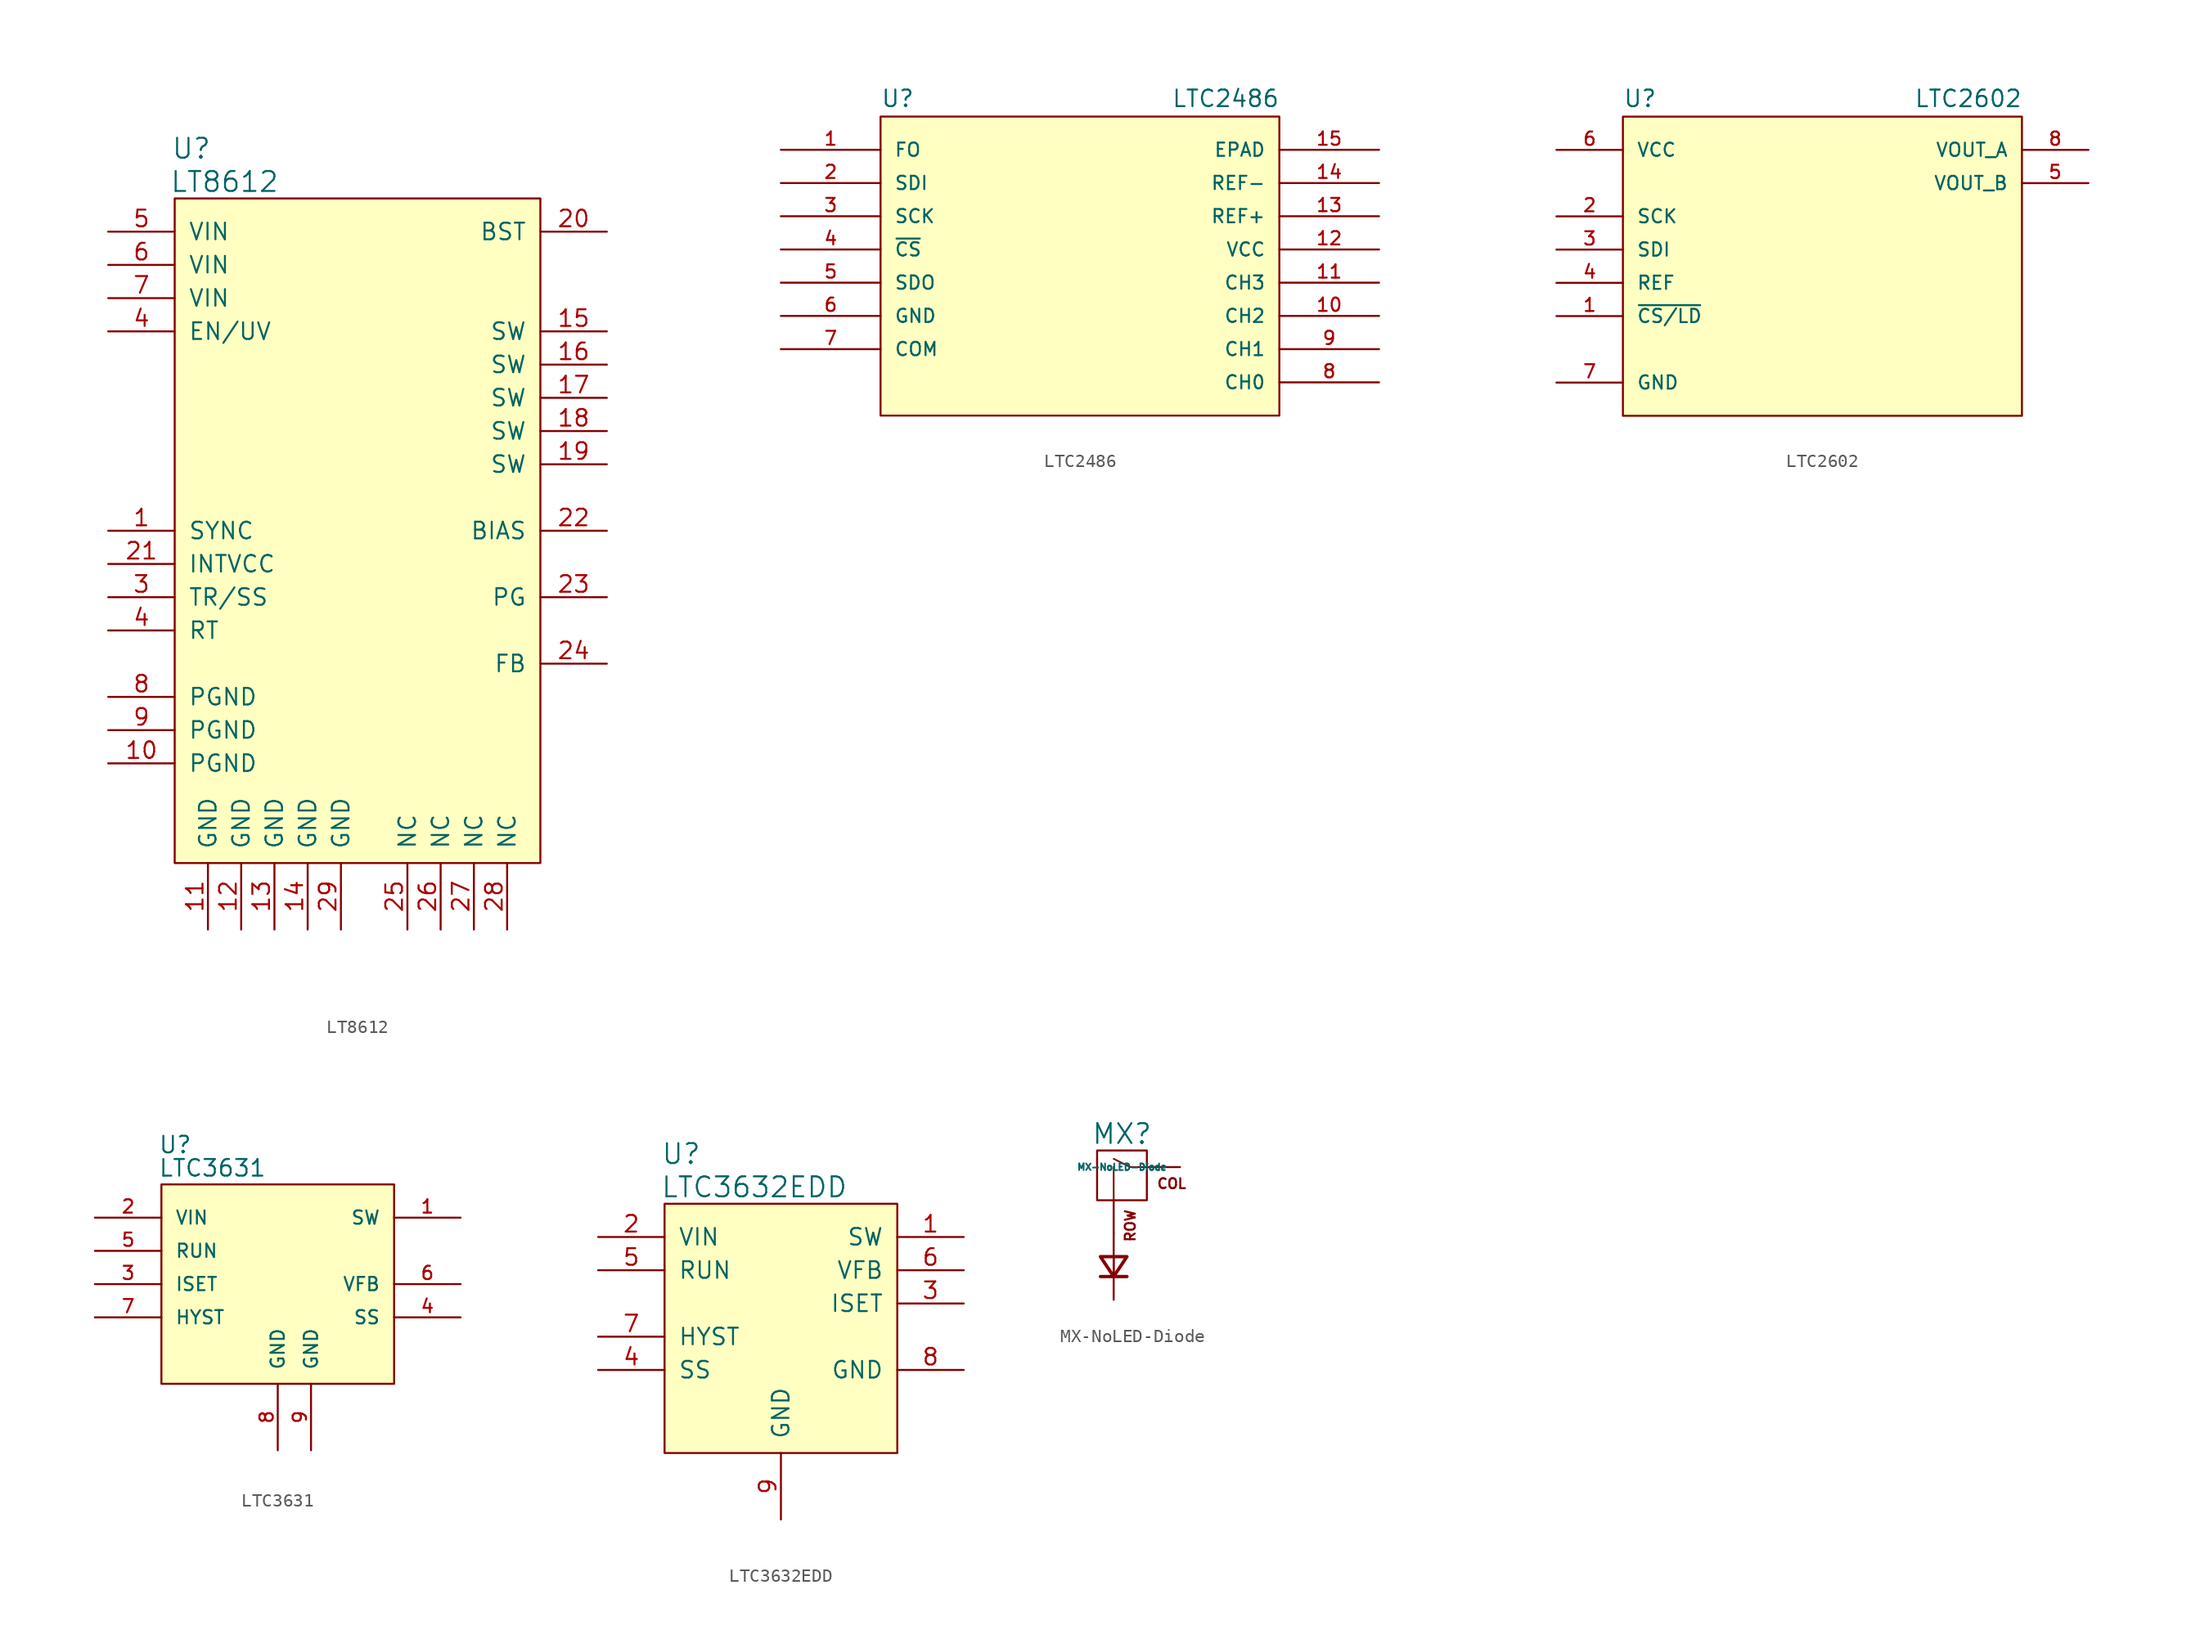
<source format=kicad_sym>
(kicad_symbol_lib
  (version 20211014)
  (generator kicad_symbol_editor)
  (symbol "LT8612"
    (pin_names
      (offset 1.016))
    (property "Reference" "U"
      (at -12.7 29.21 0)
      (effects (font (size 1.524 1.524))))
    (property "Value" "LT8612"
      (at -10.16 26.67 0)
      (effects (font (size 1.524 1.524))))
    (symbol "LT8612_0_1"
      (rectangle (start 13.97 -25.4) (end -13.97 25.4) (stroke (width 0) (type default) (color 0 0 0 0)) (fill (type background))))
    (symbol "LT8612_1_1"
      (pin unspecified line (at -19.05 0 0) (length 5.08) (name "SYNC" (effects (font (size 1.27 1.27)))) (number "1" (effects (font (size 1.27 1.27)))))
      (pin unspecified line (at -19.05 -17.78 0) (length 5.08) (name "PGND" (effects (font (size 1.27 1.27)))) (number "10" (effects (font (size 1.27 1.27)))))
      (pin unspecified line (at -11.43 -30.48 90) (length 5.08) (name "GND" (effects (font (size 1.27 1.27)))) (number "11" (effects (font (size 1.27 1.27)))))
      (pin unspecified line (at -8.89 -30.48 90) (length 5.08) (name "GND" (effects (font (size 1.27 1.27)))) (number "12" (effects (font (size 1.27 1.27)))))
      (pin unspecified line (at -6.35 -30.48 90) (length 5.08) (name "GND" (effects (font (size 1.27 1.27)))) (number "13" (effects (font (size 1.27 1.27)))))
      (pin unspecified line (at -3.81 -30.48 90) (length 5.08) (name "GND" (effects (font (size 1.27 1.27)))) (number "14" (effects (font (size 1.27 1.27)))))
      (pin unspecified line (at 19.05 15.24 180) (length 5.08) (name "SW" (effects (font (size 1.27 1.27)))) (number "15" (effects (font (size 1.27 1.27)))))
      (pin unspecified line (at 19.05 12.7 180) (length 5.08) (name "SW" (effects (font (size 1.27 1.27)))) (number "16" (effects (font (size 1.27 1.27)))))
      (pin unspecified line (at 19.05 10.16 180) (length 5.08) (name "SW" (effects (font (size 1.27 1.27)))) (number "17" (effects (font (size 1.27 1.27)))))
      (pin unspecified line (at 19.05 7.62 180) (length 5.08) (name "SW" (effects (font (size 1.27 1.27)))) (number "18" (effects (font (size 1.27 1.27)))))
      (pin unspecified line (at 19.05 5.08 180) (length 5.08) (name "SW" (effects (font (size 1.27 1.27)))) (number "19" (effects (font (size 1.27 1.27)))))
      (pin unspecified line (at 19.05 22.86 180) (length 5.08) (name "BST" (effects (font (size 1.27 1.27)))) (number "20" (effects (font (size 1.27 1.27)))))
      (pin unspecified line (at -19.05 -2.54 0) (length 5.08) (name "INTVCC" (effects (font (size 1.27 1.27)))) (number "21" (effects (font (size 1.27 1.27)))))
      (pin unspecified line (at 19.05 0 180) (length 5.08) (name "BIAS" (effects (font (size 1.27 1.27)))) (number "22" (effects (font (size 1.27 1.27)))))
      (pin unspecified line (at 19.05 -5.08 180) (length 5.08) (name "PG" (effects (font (size 1.27 1.27)))) (number "23" (effects (font (size 1.27 1.27)))))
      (pin unspecified line (at 19.05 -10.16 180) (length 5.08) (name "FB" (effects (font (size 1.27 1.27)))) (number "24" (effects (font (size 1.27 1.27)))))
      (pin unspecified line (at 3.81 -30.48 90) (length 5.08) (name "NC" (effects (font (size 1.27 1.27)))) (number "25" (effects (font (size 1.27 1.27)))))
      (pin unspecified line (at 6.35 -30.48 90) (length 5.08) (name "NC" (effects (font (size 1.27 1.27)))) (number "26" (effects (font (size 1.27 1.27)))))
      (pin unspecified line (at 8.89 -30.48 90) (length 5.08) (name "NC" (effects (font (size 1.27 1.27)))) (number "27" (effects (font (size 1.27 1.27)))))
      (pin unspecified line (at 11.43 -30.48 90) (length 5.08) (name "NC" (effects (font (size 1.27 1.27)))) (number "28" (effects (font (size 1.27 1.27)))))
      (pin unspecified line (at -1.27 -30.48 90) (length 5.08) (name "GND" (effects (font (size 1.27 1.27)))) (number "29" (effects (font (size 1.27 1.27)))))
      (pin unspecified line (at -19.05 -5.08 0) (length 5.08) (name "TR/SS" (effects (font (size 1.27 1.27)))) (number "3" (effects (font (size 1.27 1.27)))))
      (pin unspecified line (at -19.05 15.24 0) (length 5.08) (name "EN/UV" (effects (font (size 1.27 1.27)))) (number "4" (effects (font (size 1.27 1.27)))))
      (pin unspecified line (at -19.05 -7.62 0) (length 5.08) (name "RT" (effects (font (size 1.27 1.27)))) (number "4" (effects (font (size 1.27 1.27)))))
      (pin unspecified line (at -19.05 22.86 0) (length 5.08) (name "VIN" (effects (font (size 1.27 1.27)))) (number "5" (effects (font (size 1.27 1.27)))))
      (pin unspecified line (at -19.05 20.32 0) (length 5.08) (name "VIN" (effects (font (size 1.27 1.27)))) (number "6" (effects (font (size 1.27 1.27)))))
      (pin unspecified line (at -19.05 17.78 0) (length 5.08) (name "VIN" (effects (font (size 1.27 1.27)))) (number "7" (effects (font (size 1.27 1.27)))))
      (pin unspecified line (at -19.05 -12.7 0) (length 5.08) (name "PGND" (effects (font (size 1.27 1.27)))) (number "8" (effects (font (size 1.27 1.27)))))
      (pin unspecified line (at -19.05 -15.24 0) (length 5.08) (name "PGND" (effects (font (size 1.27 1.27)))) (number "9" (effects (font (size 1.27 1.27)))))))
  (symbol "LTC2486"
    (pin_names
      (offset 1.016))
    (property "Reference" "U"
      (at 7.62 23.495 0)
      (effects (font (size 1.27 1.27)) (justify left bottom)))
    (property "Value" "LTC2486"
      (at 29.845 23.495 0)
      (effects (font (size 1.27 1.27)) (justify left bottom)))
    (property "ki_locked" ""
      (at 0 0 0)
      (effects (font (size 1.27 1.27))))
    (symbol "LTC2486_0_0"
      (pin input line (at 0 20.32 0) (length 7.62) (name "FO" (effects (font (size 1.016 1.016)))) (number "1" (effects (font (size 1.016 1.016)))))
      (pin input line (at 45.72 7.62 180) (length 7.62) (name "CH2" (effects (font (size 1.016 1.016)))) (number "10" (effects (font (size 1.016 1.016)))))
      (pin input line (at 45.72 10.16 180) (length 7.62) (name "CH3" (effects (font (size 1.016 1.016)))) (number "11" (effects (font (size 1.016 1.016)))))
      (pin input line (at 45.72 12.7 180) (length 7.62) (name "VCC" (effects (font (size 1.016 1.016)))) (number "12" (effects (font (size 1.016 1.016)))))
      (pin input line (at 45.72 15.24 180) (length 7.62) (name "REF+" (effects (font (size 1.016 1.016)))) (number "13" (effects (font (size 1.016 1.016)))))
      (pin input line (at 45.72 17.78 180) (length 7.62) (name "REF-" (effects (font (size 1.016 1.016)))) (number "14" (effects (font (size 1.016 1.016)))))
      (pin passive line (at 45.72 20.32 180) (length 7.62) (name "EPAD" (effects (font (size 1.016 1.016)))) (number "15" (effects (font (size 1.016 1.016)))))
      (pin input line (at 0 17.78 0) (length 7.62) (name "SDI" (effects (font (size 1.016 1.016)))) (number "2" (effects (font (size 1.016 1.016)))))
      (pin bidirectional line (at 0 15.24 0) (length 7.62) (name "SCK" (effects (font (size 1.016 1.016)))) (number "3" (effects (font (size 1.016 1.016)))))
      (pin bidirectional line (at 0 12.7 0) (length 7.62) (name "~{CS}" (effects (font (size 1.016 1.016)))) (number "4" (effects (font (size 1.016 1.016)))))
      (pin output line (at 0 10.16 0) (length 7.62) (name "SDO" (effects (font (size 1.016 1.016)))) (number "5" (effects (font (size 1.016 1.016)))))
      (pin input line (at 0 7.62 0) (length 7.62) (name "GND" (effects (font (size 1.016 1.016)))) (number "6" (effects (font (size 1.016 1.016)))))
      (pin input line (at 0 5.08 0) (length 7.62) (name "COM" (effects (font (size 1.016 1.016)))) (number "7" (effects (font (size 1.016 1.016)))))
      (pin input line (at 45.72 2.54 180) (length 7.62) (name "CH0" (effects (font (size 1.016 1.016)))) (number "8" (effects (font (size 1.016 1.016)))))
      (pin input line (at 45.72 5.08 180) (length 7.62) (name "CH1" (effects (font (size 1.016 1.016)))) (number "9" (effects (font (size 1.016 1.016))))))
    (symbol "LTC2486_0_1"
      (rectangle (start 7.62 22.86) (end 38.1 0) (stroke (width 0) (type default) (color 0 0 0 0)) (fill (type background)))))
  (symbol "LTC2602"
    (pin_names
      (offset 1.016))
    (property "Reference" "U"
      (at -15.24 8.255 0)
      (effects (font (size 1.27 1.27)) (justify left bottom)))
    (property "Value" "LTC2602"
      (at 6.985 8.255 0)
      (effects (font (size 1.27 1.27)) (justify left bottom)))
    (property "ki_locked" ""
      (at 0 0 0)
      (effects (font (size 1.27 1.27))))
    (symbol "LTC2602_0_0"
      (pin input line (at -20.32 -7.62 0) (length 5.08) (name "~{CS/LD}" (effects (font (size 1.016 1.016)))) (number "1" (effects (font (size 1.016 1.016)))))
      (pin input line (at -20.32 0 0) (length 5.08) (name "SCK" (effects (font (size 1.016 1.016)))) (number "2" (effects (font (size 1.016 1.016)))))
      (pin input line (at -20.32 -2.54 0) (length 5.08) (name "SDI" (effects (font (size 1.016 1.016)))) (number "3" (effects (font (size 1.016 1.016)))))
      (pin input line (at -20.32 -5.08 0) (length 5.08) (name "REF" (effects (font (size 1.016 1.016)))) (number "4" (effects (font (size 1.016 1.016)))))
      (pin output line (at 20.32 2.54 180) (length 5.08) (name "VOUT_B" (effects (font (size 1.016 1.016)))) (number "5" (effects (font (size 1.016 1.016)))))
      (pin power_in line (at -20.32 5.08 0) (length 5.08) (name "VCC" (effects (font (size 1.016 1.016)))) (number "6" (effects (font (size 1.016 1.016)))))
      (pin passive line (at -20.32 -12.7 0) (length 5.08) (name "GND" (effects (font (size 1.016 1.016)))) (number "7" (effects (font (size 1.016 1.016)))))
      (pin output line (at 20.32 5.08 180) (length 5.08) (name "VOUT_A" (effects (font (size 1.016 1.016)))) (number "8" (effects (font (size 1.016 1.016))))))
    (symbol "LTC2602_0_1"
      (rectangle (start -15.24 7.62) (end 15.24 -15.24) (stroke (width 0) (type default) (color 0 0 0 0)) (fill (type background)))))
  (symbol "LTC3631"
    (pin_names
      (offset 1.016))
    (property "Reference" "U"
      (at -9.144 9.906 0)
      (effects (font (size 1.27 1.27)) (justify left bottom)))
    (property "Value" "LTC3631"
      (at -9.144 8.128 0)
      (effects (font (size 1.27 1.27)) (justify left bottom)))
    (property "ki_locked" ""
      (at 0 0 0)
      (effects (font (size 1.27 1.27))))
    (symbol "LTC3631_0_0"
      (rectangle (start -8.89 7.62) (end 8.89 -7.62) (stroke (width 0) (type default) (color 0 0 0 0)) (fill (type background)))
      (pin input line (at -13.97 5.08 0) (length 5.08) (name "VIN" (effects (font (size 1.016 1.016)))) (number "2" (effects (font (size 1.016 1.016)))))
      (pin input line (at -13.97 0 0) (length 5.08) (name "ISET" (effects (font (size 1.016 1.016)))) (number "3" (effects (font (size 1.016 1.016)))))
      (pin input line (at -13.97 2.54 0) (length 5.08) (name "RUN" (effects (font (size 1.016 1.016)))) (number "5" (effects (font (size 1.016 1.016))))))
    (symbol "LTC3631_1_0"
      (pin passive line (at 13.97 5.08 180) (length 5.08) (name "SW" (effects (font (size 1.016 1.016)))) (number "1" (effects (font (size 1.016 1.016)))))
      (pin input line (at 13.97 -2.54 180) (length 5.08) (name "SS" (effects (font (size 1.016 1.016)))) (number "4" (effects (font (size 1.016 1.016)))))
      (pin input line (at 13.97 0 180) (length 5.08) (name "VFB" (effects (font (size 1.016 1.016)))) (number "6" (effects (font (size 1.016 1.016)))))
      (pin output line (at -13.97 -2.54 0) (length 5.08) (name "HYST" (effects (font (size 1.016 1.016)))) (number "7" (effects (font (size 1.016 1.016)))))
      (pin passive line (at 0 -12.7 90) (length 5.08) (name "GND" (effects (font (size 1.016 1.016)))) (number "8" (effects (font (size 1.016 1.016)))))
      (pin passive line (at 2.54 -12.7 90) (length 5.08) (name "GND" (effects (font (size 1.016 1.016)))) (number "9" (effects (font (size 1.016 1.016)))))))
  (symbol "LTC3632EDD"
    (pin_names
      (offset 1.016))
    (property "Reference" "U"
      (at -7.62 13.97 0)
      (effects (font (size 1.524 1.524))))
    (property "Value" "LTC3632EDD"
      (at -2.032 11.43 0)
      (effects (font (size 1.524 1.524))))
    (symbol "LTC3632EDD_0_1"
      (rectangle (start 8.89 -8.89) (end -8.89 10.16) (stroke (width 0) (type default) (color 0 0 0 0)) (fill (type background))))
    (symbol "LTC3632EDD_1_1"
      (pin passive line (at 13.97 7.62 180) (length 5.08) (name "SW" (effects (font (size 1.27 1.27)))) (number "1" (effects (font (size 1.27 1.27)))))
      (pin passive line (at -13.97 7.62 0) (length 5.08) (name "VIN" (effects (font (size 1.27 1.27)))) (number "2" (effects (font (size 1.27 1.27)))))
      (pin input line (at 13.97 2.54 180) (length 5.08) (name "ISET" (effects (font (size 1.27 1.27)))) (number "3" (effects (font (size 1.27 1.27)))))
      (pin passive line (at -13.97 -2.54 0) (length 5.08) (name "SS" (effects (font (size 1.27 1.27)))) (number "4" (effects (font (size 1.27 1.27)))))
      (pin passive line (at -13.97 5.08 0) (length 5.08) (name "RUN" (effects (font (size 1.27 1.27)))) (number "5" (effects (font (size 1.27 1.27)))))
      (pin passive line (at 13.97 5.08 180) (length 5.08) (name "VFB" (effects (font (size 1.27 1.27)))) (number "6" (effects (font (size 1.27 1.27)))))
      (pin passive line (at -13.97 0 0) (length 5.08) (name "HYST" (effects (font (size 1.27 1.27)))) (number "7" (effects (font (size 1.27 1.27)))))
      (pin passive line (at 13.97 -2.54 180) (length 5.08) (name "GND" (effects (font (size 1.27 1.27)))) (number "8" (effects (font (size 1.27 1.27)))))
      (pin passive line (at 0 -13.97 90) (length 5.08) (name "GND" (effects (font (size 1.27 1.27)))) (number "9" (effects (font (size 1.27 1.27)))))))
  (symbol "MX-NoLED-Diode"
    (pin_names
      (offset 1.016))
    (property "Reference" "MX"
      (at -0.635 3.81 0)
      (effects (font (size 1.524 1.524))))
    (property "Value" "MX-NoLED-Diode"
      (at -0.635 1.27 0)
      (effects (font (size 0.508 0.508))))
    (symbol "MX-NoLED-Diode_0_0"
      (rectangle (start -2.54 2.54) (end 1.27 -1.27) (stroke (width 0) (type default) (color 0 0 0 0)) (fill (type none)))
      (polyline (pts (xy -1.27 -1.27) (xy -1.27 1.27)) (stroke (width 0.127) (type default) (color 0 0 0 0)) (fill (type none)))
      (polyline (pts (xy 1.27 1.27) (xy 0 1.27) (xy -1.27 1.905)) (stroke (width 0.127) (type default) (color 0 0 0 0)) (fill (type none)))
      (text "COL" (at 3.175 0 0) (effects (font (size 0.762 0.762))))
      (text "ROW" (at 0 -1.905 900) (effects (font (size 0.762 0.762)) (justify right))))
    (symbol "MX-NoLED-Diode_1_1"
      (polyline (pts (xy -1.27 -7.112) (xy -1.27 -5.588)) (stroke (width 0) (type default) (color 0 0 0 0)) (fill (type none)))
      (polyline (pts (xy -0.254 -7.112) (xy -2.286 -7.112)) (stroke (width 0.254) (type default) (color 0 0 0 0)) (fill (type none)))
      (polyline (pts (xy -0.254 -5.588) (xy -1.27 -7.112) (xy -2.286 -5.588) (xy -0.254 -5.588)) (stroke (width 0.254) (type default) (color 0 0 0 0)) (fill (type none)))
      (pin passive line (at 3.81 1.27 180) (length 2.54) (name "COL" (effects (font (size 0 0)))) (number "1" (effects (font (size 0 0)))))
      (pin passive line (at -1.27 -3.81 90) (length 2.54) (name "ROW" (effects (font (size 0 0)))) (number "2" (effects (font (size 0 0)))))
      (pin passive line (at -1.27 -8.89 90) (length 5.08) (name "~" (effects (font (size 0 0)))) (number "3" (effects (font (size 0 0))))))))
</source>
